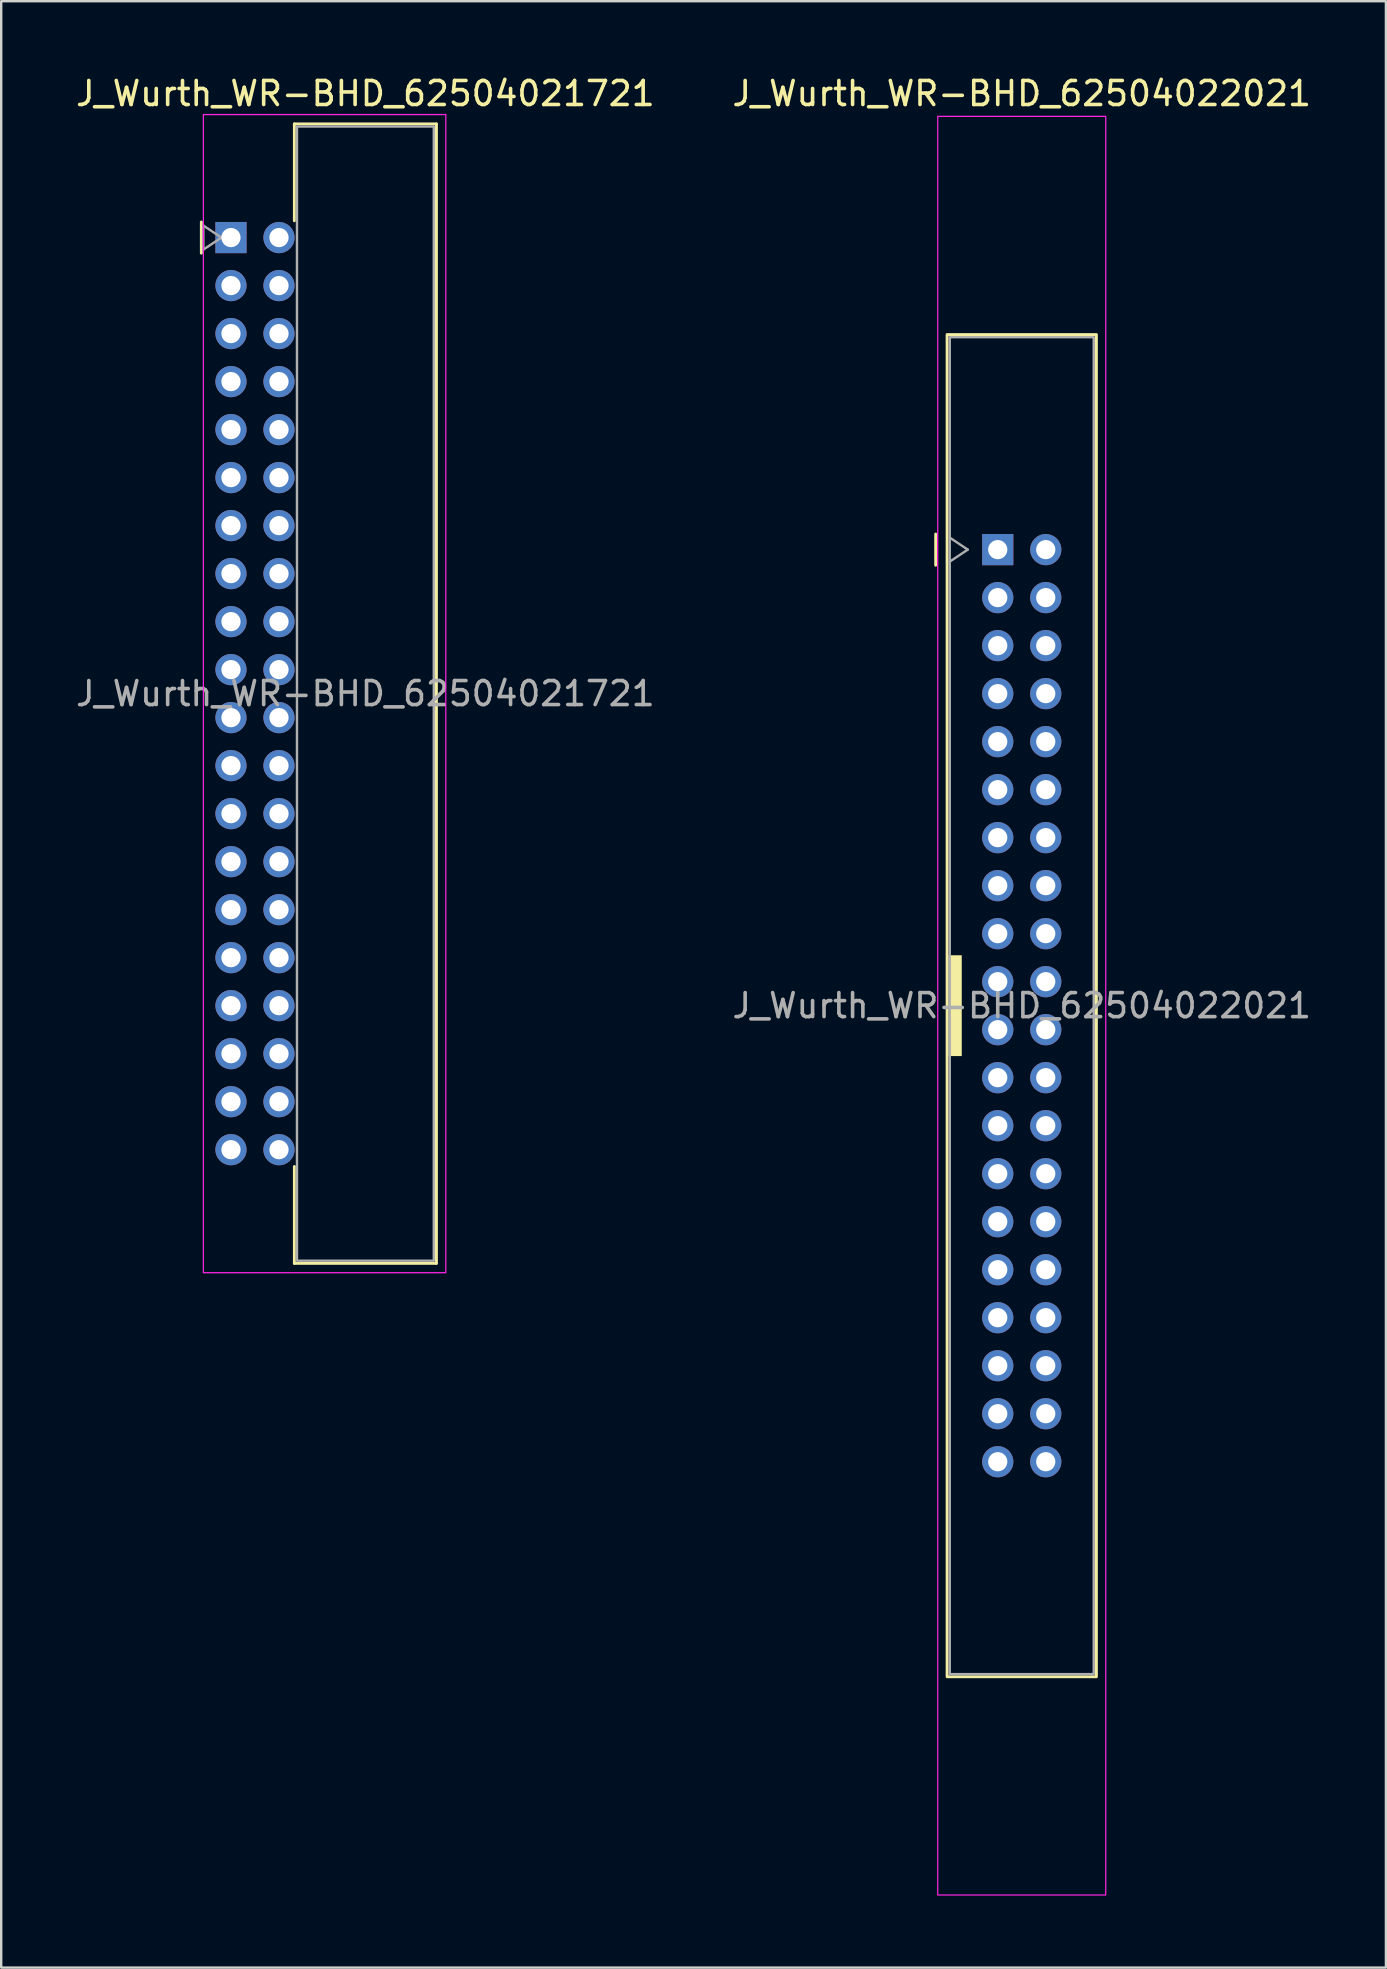
<source format=kicad_pcb>
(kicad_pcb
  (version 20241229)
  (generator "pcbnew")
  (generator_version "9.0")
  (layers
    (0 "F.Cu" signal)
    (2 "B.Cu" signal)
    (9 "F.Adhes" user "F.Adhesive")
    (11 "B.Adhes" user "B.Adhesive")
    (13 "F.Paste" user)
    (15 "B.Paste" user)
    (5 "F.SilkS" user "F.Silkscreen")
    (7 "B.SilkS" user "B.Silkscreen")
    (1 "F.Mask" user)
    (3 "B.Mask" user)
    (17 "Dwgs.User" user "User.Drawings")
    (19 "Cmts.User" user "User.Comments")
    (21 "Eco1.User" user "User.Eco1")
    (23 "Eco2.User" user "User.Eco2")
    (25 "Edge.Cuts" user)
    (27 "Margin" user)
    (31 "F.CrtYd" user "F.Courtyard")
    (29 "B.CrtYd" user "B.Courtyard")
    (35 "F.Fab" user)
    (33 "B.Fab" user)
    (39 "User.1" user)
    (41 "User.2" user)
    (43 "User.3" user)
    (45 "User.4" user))
  (footprint "J_Wurth_WR-BHD_62504022021"
    (layer "F.Cu")
    (at 38.518 19.848)
    (property "Reference" "J_Wurth_WR-BHD_62504022021" (at 1 -19 0) (unlocked yes) (layer "F.SilkS") (effects (font (size 1 1) (thickness 0.15))))
    (attr through_hole)
    (fp_line (start -2.585 -0.65) (end -2.585 0.65) (stroke (width 0.12) (type solid)) (layer "F.SilkS"))
    (fp_rect (start -2.11 -8.96) (end 4.11 46.96) (stroke (width 0.12) (type solid)) (fill no) (layer "F.SilkS"))
    (fp_rect (start -2.05 16.9) (end -1.5 21.1) (stroke (width 0) (type default)) (fill yes) (layer "F.SilkS"))
    (fp_rect (start -2.5 -18.05) (end 4.5 56.05) (stroke (width 0.05) (type solid)) (fill no) (layer "F.CrtYd"))
    (fp_line (start -1.25 0) (end -2 -0.5) (stroke (width 0.1) (type solid)) (layer "F.Fab"))
    (fp_line (start -1.25 0) (end -2 0.5) (stroke (width 0.1) (type solid)) (layer "F.Fab"))
    (fp_rect (start -2 -8.85) (end 4 46.85) (stroke (width 0.1) (type solid)) (fill no) (layer "F.Fab"))
    (fp_text user "${REFERENCE}" (at 1 19 0) (unlocked yes) (layer "F.Fab") (effects (font (size 1 1) (thickness 0.15))))
    (pad "1" thru_hole rect (at 0 0 270) (size 1.3 1.3) (drill 0.8) (layers "*.Cu" "*.Mask"))
    (pad "2" thru_hole circle (at 2 0 270) (size 1.3 1.3) (drill 0.8) (layers "*.Cu" "*.Mask"))
    (pad "3" thru_hole circle (at 0 2 270) (size 1.3 1.3) (drill 0.8) (layers "*.Cu" "*.Mask"))
    (pad "4" thru_hole circle (at 2 2 270) (size 1.3 1.3) (drill 0.8) (layers "*.Cu" "*.Mask"))
    (pad "5" thru_hole circle (at 0 4 270) (size 1.3 1.3) (drill 0.8) (layers "*.Cu" "*.Mask"))
    (pad "6" thru_hole circle (at 2 4 270) (size 1.3 1.3) (drill 0.8) (layers "*.Cu" "*.Mask"))
    (pad "7" thru_hole circle (at 0 6 270) (size 1.3 1.3) (drill 0.8) (layers "*.Cu" "*.Mask"))
    (pad "8" thru_hole circle (at 2 6 270) (size 1.3 1.3) (drill 0.8) (layers "*.Cu" "*.Mask"))
    (pad "9" thru_hole circle (at 0 8 270) (size 1.3 1.3) (drill 0.8) (layers "*.Cu" "*.Mask"))
    (pad "10" thru_hole circle (at 2 8 270) (size 1.3 1.3) (drill 0.8) (layers "*.Cu" "*.Mask"))
    (pad "11" thru_hole circle (at 0 10 270) (size 1.3 1.3) (drill 0.8) (layers "*.Cu" "*.Mask"))
    (pad "12" thru_hole circle (at 2 10 270) (size 1.3 1.3) (drill 0.8) (layers "*.Cu" "*.Mask"))
    (pad "13" thru_hole circle (at 0 12 270) (size 1.3 1.3) (drill 0.8) (layers "*.Cu" "*.Mask"))
    (pad "14" thru_hole circle (at 2 12 270) (size 1.3 1.3) (drill 0.8) (layers "*.Cu" "*.Mask"))
    (pad "15" thru_hole circle (at 0 14 270) (size 1.3 1.3) (drill 0.8) (layers "*.Cu" "*.Mask"))
    (pad "16" thru_hole circle (at 2 14 270) (size 1.3 1.3) (drill 0.8) (layers "*.Cu" "*.Mask"))
    (pad "17" thru_hole circle (at 0 16 270) (size 1.3 1.3) (drill 0.8) (layers "*.Cu" "*.Mask"))
    (pad "18" thru_hole circle (at 2 16 270) (size 1.3 1.3) (drill 0.8) (layers "*.Cu" "*.Mask"))
    (pad "19" thru_hole circle (at 0 18 270) (size 1.3 1.3) (drill 0.8) (layers "*.Cu" "*.Mask"))
    (pad "20" thru_hole circle (at 2 18 270) (size 1.3 1.3) (drill 0.8) (layers "*.Cu" "*.Mask"))
    (pad "21" thru_hole circle (at 0 20 270) (size 1.3 1.3) (drill 0.8) (layers "*.Cu" "*.Mask"))
    (pad "22" thru_hole circle (at 2 20 270) (size 1.3 1.3) (drill 0.8) (layers "*.Cu" "*.Mask"))
    (pad "23" thru_hole circle (at 0 22 270) (size 1.3 1.3) (drill 0.8) (layers "*.Cu" "*.Mask"))
    (pad "24" thru_hole circle (at 2 22 270) (size 1.3 1.3) (drill 0.8) (layers "*.Cu" "*.Mask"))
    (pad "25" thru_hole circle (at 0 24 270) (size 1.3 1.3) (drill 0.8) (layers "*.Cu" "*.Mask"))
    (pad "26" thru_hole circle (at 2 24 270) (size 1.3 1.3) (drill 0.8) (layers "*.Cu" "*.Mask"))
    (pad "27" thru_hole circle (at 0 26 270) (size 1.3 1.3) (drill 0.8) (layers "*.Cu" "*.Mask"))
    (pad "28" thru_hole circle (at 2 26 270) (size 1.3 1.3) (drill 0.8) (layers "*.Cu" "*.Mask"))
    (pad "29" thru_hole circle (at 0 28 270) (size 1.3 1.3) (drill 0.8) (layers "*.Cu" "*.Mask"))
    (pad "30" thru_hole circle (at 2 28 270) (size 1.3 1.3) (drill 0.8) (layers "*.Cu" "*.Mask"))
    (pad "31" thru_hole circle (at 0 30 270) (size 1.3 1.3) (drill 0.8) (layers "*.Cu" "*.Mask"))
    (pad "32" thru_hole circle (at 2 30 270) (size 1.3 1.3) (drill 0.8) (layers "*.Cu" "*.Mask"))
    (pad "33" thru_hole circle (at 0 32 270) (size 1.3 1.3) (drill 0.8) (layers "*.Cu" "*.Mask"))
    (pad "34" thru_hole circle (at 2 32 270) (size 1.3 1.3) (drill 0.8) (layers "*.Cu" "*.Mask"))
    (pad "35" thru_hole circle (at 0 34 270) (size 1.3 1.3) (drill 0.8) (layers "*.Cu" "*.Mask"))
    (pad "36" thru_hole circle (at 2 34 270) (size 1.3 1.3) (drill 0.8) (layers "*.Cu" "*.Mask"))
    (pad "37" thru_hole circle (at 0 36 270) (size 1.3 1.3) (drill 0.8) (layers "*.Cu" "*.Mask"))
    (pad "38" thru_hole circle (at 2 36 270) (size 1.3 1.3) (drill 0.8) (layers "*.Cu" "*.Mask"))
    (pad "39" thru_hole circle (at 0 38 270) (size 1.3 1.3) (drill 0.8) (layers "*.Cu" "*.Mask"))
    (pad "40" thru_hole circle (at 2 38 270) (size 1.3 1.3) (drill 0.8) (layers "*.Cu" "*.Mask")))
  (footprint "J_Wurth_WR-BHD_62504021721"
    (layer "F.Cu")
    (at 6.573 6.848)
    (property "Reference" "J_Wurth_WR-BHD_62504021721" (at 5.6 -6 0) (unlocked yes) (layer "F.SilkS") (effects (font (size 1 1) (thickness 0.15))))
    (attr through_hole)
    (fp_line (start -1.235 0.65) (end -1.235 -0.65) (stroke (width 0.12) (type solid)) (layer "F.SilkS"))
    (fp_line (start 2.64 -4.735) (end 8.56 -4.735) (stroke (width 0.12) (type default)) (layer "F.SilkS"))
    (fp_line (start 2.64 -0.7) (end 2.64 -4.735) (stroke (width 0.12) (type solid)) (layer "F.SilkS"))
    (fp_line (start 2.64 42.735) (end 2.64 38.7) (stroke (width 0.12) (type solid)) (layer "F.SilkS"))
    (fp_line (start 8.56 -4.735) (end 8.56 42.735) (stroke (width 0.12) (type default)) (layer "F.SilkS"))
    (fp_line (start 8.56 42.735) (end 2.64 42.735) (stroke (width 0.12) (type default)) (layer "F.SilkS"))
    (fp_rect (start -1.15 -5.125) (end 8.95 43.125) (stroke (width 0.05) (type solid)) (fill no) (layer "F.CrtYd"))
    (fp_line (start -1.15 0.5) (end -1.15 -0.5) (stroke (width 0.1) (type default)) (layer "F.Fab"))
    (fp_line (start -0.4 0) (end -1.15 -0.5) (stroke (width 0.1) (type solid)) (layer "F.Fab"))
    (fp_line (start -0.4 0) (end -1.15 0.5) (stroke (width 0.1) (type solid)) (layer "F.Fab"))
    (fp_rect (start 2.75 -4.625) (end 8.45 42.625) (stroke (width 0.1) (type solid)) (fill no) (layer "F.Fab"))
    (fp_text user "${REFERENCE}" (at 5.6 19 0) (unlocked yes) (layer "F.Fab") (effects (font (size 1 1) (thickness 0.15))))
    (pad "1" thru_hole rect (at 0 0 90) (size 1.3 1.3) (drill 0.8) (layers "*.Cu" "*.Mask"))
    (pad "2" thru_hole circle (at 2 0 90) (size 1.3 1.3) (drill 0.8) (layers "*.Cu" "*.Mask"))
    (pad "3" thru_hole circle (at 0 2 90) (size 1.3 1.3) (drill 0.8) (layers "*.Cu" "*.Mask"))
    (pad "4" thru_hole circle (at 2 2 90) (size 1.3 1.3) (drill 0.8) (layers "*.Cu" "*.Mask"))
    (pad "5" thru_hole circle (at 0 4 90) (size 1.3 1.3) (drill 0.8) (layers "*.Cu" "*.Mask"))
    (pad "6" thru_hole circle (at 2 4 90) (size 1.3 1.3) (drill 0.8) (layers "*.Cu" "*.Mask"))
    (pad "7" thru_hole circle (at 0 6 90) (size 1.3 1.3) (drill 0.8) (layers "*.Cu" "*.Mask"))
    (pad "8" thru_hole circle (at 2 6 90) (size 1.3 1.3) (drill 0.8) (layers "*.Cu" "*.Mask"))
    (pad "9" thru_hole circle (at 0 8 90) (size 1.3 1.3) (drill 0.8) (layers "*.Cu" "*.Mask"))
    (pad "10" thru_hole circle (at 2 8 90) (size 1.3 1.3) (drill 0.8) (layers "*.Cu" "*.Mask"))
    (pad "11" thru_hole circle (at 0 10 90) (size 1.3 1.3) (drill 0.8) (layers "*.Cu" "*.Mask"))
    (pad "12" thru_hole circle (at 2 10 90) (size 1.3 1.3) (drill 0.8) (layers "*.Cu" "*.Mask"))
    (pad "13" thru_hole circle (at 0 12 90) (size 1.3 1.3) (drill 0.8) (layers "*.Cu" "*.Mask"))
    (pad "14" thru_hole circle (at 2 12 90) (size 1.3 1.3) (drill 0.8) (layers "*.Cu" "*.Mask"))
    (pad "15" thru_hole circle (at 0 14 90) (size 1.3 1.3) (drill 0.8) (layers "*.Cu" "*.Mask"))
    (pad "16" thru_hole circle (at 2 14 90) (size 1.3 1.3) (drill 0.8) (layers "*.Cu" "*.Mask"))
    (pad "17" thru_hole circle (at 0 16 90) (size 1.3 1.3) (drill 0.8) (layers "*.Cu" "*.Mask"))
    (pad "18" thru_hole circle (at 2 16 90) (size 1.3 1.3) (drill 0.8) (layers "*.Cu" "*.Mask"))
    (pad "19" thru_hole circle (at 0 18 90) (size 1.3 1.3) (drill 0.8) (layers "*.Cu" "*.Mask"))
    (pad "20" thru_hole circle (at 2 18 90) (size 1.3 1.3) (drill 0.8) (layers "*.Cu" "*.Mask"))
    (pad "21" thru_hole circle (at 0 20 90) (size 1.3 1.3) (drill 0.8) (layers "*.Cu" "*.Mask"))
    (pad "22" thru_hole circle (at 2 20 90) (size 1.3 1.3) (drill 0.8) (layers "*.Cu" "*.Mask"))
    (pad "23" thru_hole circle (at 0 22 90) (size 1.3 1.3) (drill 0.8) (layers "*.Cu" "*.Mask"))
    (pad "24" thru_hole circle (at 2 22 90) (size 1.3 1.3) (drill 0.8) (layers "*.Cu" "*.Mask"))
    (pad "25" thru_hole circle (at 0 24 90) (size 1.3 1.3) (drill 0.8) (layers "*.Cu" "*.Mask"))
    (pad "26" thru_hole circle (at 2 24 90) (size 1.3 1.3) (drill 0.8) (layers "*.Cu" "*.Mask"))
    (pad "27" thru_hole circle (at 0 26 90) (size 1.3 1.3) (drill 0.8) (layers "*.Cu" "*.Mask"))
    (pad "28" thru_hole circle (at 2 26 90) (size 1.3 1.3) (drill 0.8) (layers "*.Cu" "*.Mask"))
    (pad "29" thru_hole circle (at 0 28 90) (size 1.3 1.3) (drill 0.8) (layers "*.Cu" "*.Mask"))
    (pad "30" thru_hole circle (at 2 28 90) (size 1.3 1.3) (drill 0.8) (layers "*.Cu" "*.Mask"))
    (pad "31" thru_hole circle (at 0 30 90) (size 1.3 1.3) (drill 0.8) (layers "*.Cu" "*.Mask"))
    (pad "32" thru_hole circle (at 2 30 90) (size 1.3 1.3) (drill 0.8) (layers "*.Cu" "*.Mask"))
    (pad "33" thru_hole circle (at 0 32 90) (size 1.3 1.3) (drill 0.8) (layers "*.Cu" "*.Mask"))
    (pad "34" thru_hole circle (at 2 32 90) (size 1.3 1.3) (drill 0.8) (layers "*.Cu" "*.Mask"))
    (pad "35" thru_hole circle (at 0 34 90) (size 1.3 1.3) (drill 0.8) (layers "*.Cu" "*.Mask"))
    (pad "36" thru_hole circle (at 2 34 90) (size 1.3 1.3) (drill 0.8) (layers "*.Cu" "*.Mask"))
    (pad "37" thru_hole circle (at 0 36 90) (size 1.3 1.3) (drill 0.8) (layers "*.Cu" "*.Mask"))
    (pad "38" thru_hole circle (at 2 36 90) (size 1.3 1.3) (drill 0.8) (layers "*.Cu" "*.Mask"))
    (pad "39" thru_hole circle (at 0 38 90) (size 1.3 1.3) (drill 0.8) (layers "*.Cu" "*.Mask"))
    (pad "40" thru_hole circle (at 2 38 90) (size 1.3 1.3) (drill 0.8) (layers "*.Cu" "*.Mask")))
  (gr_rect
    (start -3 -3)
    (end 54.69 78.923)
    (stroke (width 0.1) (type default))
    (fill no)
    (layer "Edge.Cuts")))
</source>
